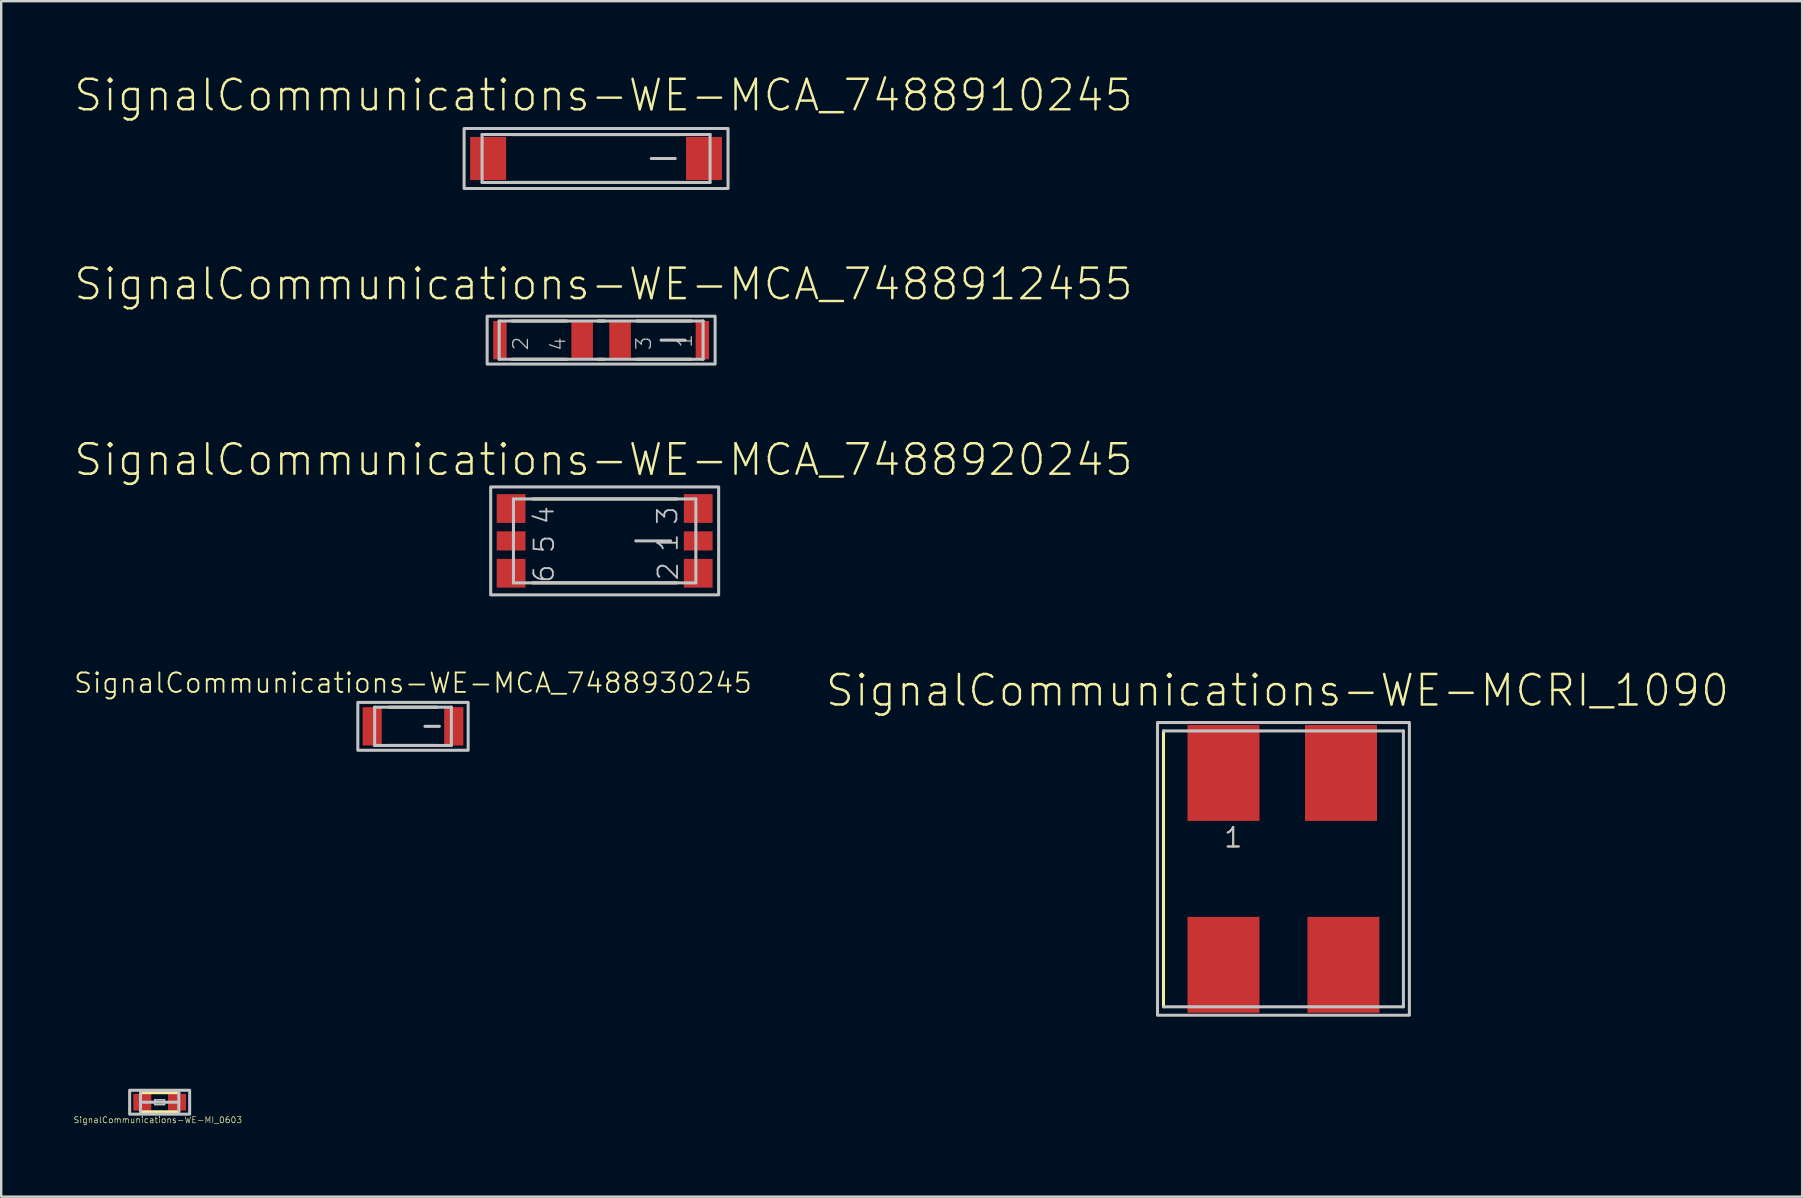
<source format=kicad_pcb>
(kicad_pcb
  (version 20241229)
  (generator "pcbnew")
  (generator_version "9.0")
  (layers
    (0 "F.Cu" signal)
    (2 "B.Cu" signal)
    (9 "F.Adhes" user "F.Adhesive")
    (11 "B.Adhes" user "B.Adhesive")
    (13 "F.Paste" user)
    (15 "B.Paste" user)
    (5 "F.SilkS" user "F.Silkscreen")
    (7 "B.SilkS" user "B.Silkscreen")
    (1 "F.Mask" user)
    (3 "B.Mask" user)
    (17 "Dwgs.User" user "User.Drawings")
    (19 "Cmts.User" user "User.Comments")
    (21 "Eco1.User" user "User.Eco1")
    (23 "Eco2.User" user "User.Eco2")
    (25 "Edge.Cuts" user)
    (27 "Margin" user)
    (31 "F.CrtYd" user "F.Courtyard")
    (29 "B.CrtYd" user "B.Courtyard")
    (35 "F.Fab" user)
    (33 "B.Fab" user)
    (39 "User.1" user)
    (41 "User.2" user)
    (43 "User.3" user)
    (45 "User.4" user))
  (footprint "SignalCommunications-WE-MI_0603"
    (layer "F.Cu")
    (at 3.603 42.881)
    (property "Reference" "SignalCommunications-WE-MI_0603" (at -0.076 0.742 0) (layer "F.SilkS") (effects (font (size 0.254 0.254) (thickness 0.025))))
    (attr smd)
    (fp_line (start -0.798 -0.399) (end 0.798 -0.399) (stroke (width 0.127) (type solid)) (layer "F.SilkS"))
    (fp_line (start 0.798 0.399) (end -0.798 0.399) (stroke (width 0.127) (type solid)) (layer "F.SilkS"))
    (fp_line (start -0.798 0) (end 0.798 0) (stroke (width 0.127) (type solid)) (layer "Dwgs.User"))
    (fp_line (start -0.798 0.399) (end -0.798 -0.399) (stroke (width 0.127) (type solid)) (layer "Dwgs.User"))
    (fp_line (start -0.198 -0.099) (end 0.198 -0.099) (stroke (width 0.066) (type solid)) (layer "Dwgs.User"))
    (fp_line (start -0.198 0.099) (end -0.198 -0.099) (stroke (width 0.066) (type solid)) (layer "Dwgs.User"))
    (fp_line (start -0.198 0.099) (end 0.198 0.099) (stroke (width 0.066) (type solid)) (layer "Dwgs.User"))
    (fp_line (start 0.198 0.099) (end 0.198 -0.099) (stroke (width 0.066) (type solid)) (layer "Dwgs.User"))
    (fp_line (start 0.798 -0.399) (end 0.798 0.399) (stroke (width 0.127) (type solid)) (layer "Dwgs.User"))
    (fp_poly (pts (xy -1.25 -0.498) (xy 1.25 -0.498) (xy 1.25 0.498) (xy -1.25 0.498) (xy -1.25 -0.498)) (stroke (width 0.127) (type solid)) (fill no) (layer "Dwgs.User"))
    (pad "1" smd rect (at -0.724 0) (size 0.749 0.699) (layers "F.Cu" "F.Mask" "F.Paste"))
    (pad "2" smd rect (at 0.724 0) (size 0.749 0.699) (layers "F.Cu" "F.Mask" "F.Paste")))
  (footprint "SignalCommunications-WE-MCA_7488912455"
    (layer "F.Cu")
    (at 22 11.124)
    (property "Reference" "SignalCommunications-WE-MCA_7488912455" (at 0.099 -2.334 0) (layer "F.SilkS") (effects (font (size 1.27 1.27) (thickness 0.102))))
    (attr smd)
    (fp_line (start -1.438 -0.798) (end -3.708 -0.798) (stroke (width 0.127) (type solid)) (layer "F.SilkS"))
    (fp_line (start -1.438 0.798) (end -3.708 0.798) (stroke (width 0.127) (type solid)) (layer "F.SilkS"))
    (fp_line (start 0.13 0.798) (end -0.14 0.798) (stroke (width 0.127) (type solid)) (layer "F.SilkS"))
    (fp_line (start 0.14 -0.798) (end -0.13 -0.798) (stroke (width 0.127) (type solid)) (layer "F.SilkS"))
    (fp_line (start 3.749 0.798) (end 1.478 0.798) (stroke (width 0.127) (type solid)) (layer "F.SilkS"))
    (fp_line (start 3.759 -0.798) (end 1.488 -0.798) (stroke (width 0.127) (type solid)) (layer "F.SilkS"))
    (fp_line (start -4.249 -0.798) (end -4.249 0.798) (stroke (width 0.127) (type solid)) (layer "Dwgs.User"))
    (fp_line (start -4.249 -0.798) (end 4.249 -0.798) (stroke (width 0.127) (type solid)) (layer "Dwgs.User"))
    (fp_line (start 2.499 0) (end 3.498 0) (stroke (width 0.127) (type solid)) (layer "Dwgs.User"))
    (fp_line (start 4.249 -0.798) (end 4.249 0.798) (stroke (width 0.127) (type solid)) (layer "Dwgs.User"))
    (fp_line (start 4.249 0.798) (end -4.249 0.798) (stroke (width 0.127) (type solid)) (layer "Dwgs.User"))
    (fp_poly (pts (xy 4.75 -0.998) (xy 4.75 0.998) (xy -4.75 0.998) (xy -4.75 -0.998) (xy 4.75 -0.998)) (stroke (width 0.127) (type solid)) (fill no) (layer "Dwgs.User"))
    (fp_text user "1" (at 3.475 0.033 270) (layer "Dwgs.User") (effects (font (size 0.61 0.61) (thickness 0.051))))
    (fp_text user "4" (at -1.793 0.163 270) (layer "Dwgs.User") (effects (font (size 0.61 0.61) (thickness 0.051))))
    (fp_text user "2" (at -3.353 0.145 270) (layer "Dwgs.User") (effects (font (size 0.61 0.61) (thickness 0.051))))
    (fp_text user "3" (at 1.773 0.135 270) (layer "Dwgs.User") (effects (font (size 0.61 0.61) (thickness 0.051))))
    (pad "1" smd rect (at 4.219 0 270) (size 1.598 0.559) (layers "F.Cu" "F.Mask" "F.Paste"))
    (pad "2" smd rect (at -4.219 0 270) (size 1.598 0.559) (layers "F.Cu" "F.Mask" "F.Paste"))
    (pad "3" smd rect (at 0.79 0 270) (size 1.598 0.899) (layers "F.Cu" "F.Mask" "F.Paste"))
    (pad "4" smd rect (at -0.79 0 270) (size 1.598 0.899) (layers "F.Cu" "F.Mask" "F.Paste")))
  (footprint "SignalCommunications-WE-MCA_7488930245"
    (layer "F.Cu")
    (at 14.16 27.217)
    (property "Reference" "SignalCommunications-WE-MCA_7488930245" (at 0 -1.806 0) (layer "F.SilkS") (effects (font (size 0.813 0.813) (thickness 0.076))))
    (attr smd)
    (fp_line (start 0.998 -0.798) (end -0.998 -0.798) (stroke (width 0.127) (type solid)) (layer "F.SilkS"))
    (fp_line (start 0.998 0.798) (end -0.998 0.798) (stroke (width 0.127) (type solid)) (layer "F.SilkS"))
    (fp_line (start -1.598 -0.798) (end -1.598 0.798) (stroke (width 0.127) (type solid)) (layer "Dwgs.User"))
    (fp_line (start 1.1 0) (end 0.498 0) (stroke (width 0.127) (type solid)) (layer "Dwgs.User"))
    (fp_line (start 1.598 -0.798) (end -1.598 -0.798) (stroke (width 0.127) (type solid)) (layer "Dwgs.User"))
    (fp_line (start 1.598 -0.798) (end 1.598 0.798) (stroke (width 0.127) (type solid)) (layer "Dwgs.User"))
    (fp_line (start 1.598 0.798) (end -1.598 0.798) (stroke (width 0.127) (type solid)) (layer "Dwgs.User"))
    (fp_poly (pts (xy 2.299 -0.998) (xy 2.299 0.998) (xy -2.299 0.998) (xy -2.299 -0.998) (xy 2.299 -0.998)) (stroke (width 0.127) (type solid)) (fill no) (layer "Dwgs.User"))
    (pad "1" smd rect (at 1.699 0) (size 0.798 1.598) (layers "F.Cu" "F.Mask" "F.Paste"))
    (pad "2" smd rect (at -1.699 0) (size 0.798 1.598) (layers "F.Cu" "F.Mask" "F.Paste")))
  (footprint "SignalCommunications-WE-MCRI_1090"
    (layer "F.Cu")
    (at 50.433 33.157)
    (property "Reference" "SignalCommunications-WE-MCRI_1090" (at -0.249 -7.435 0) (layer "F.SilkS") (effects (font (size 1.27 1.27) (thickness 0.102))))
    (attr smd)
    (fp_line (start -4.999 5.748) (end -4.999 -5.748) (stroke (width 0.127) (type solid)) (layer "F.SilkS"))
    (fp_line (start -4.999 -5.748) (end 4.999 -5.748) (stroke (width 0.127) (type solid)) (layer "Dwgs.User"))
    (fp_line (start 4.999 -5.748) (end 4.999 5.748) (stroke (width 0.127) (type solid)) (layer "Dwgs.User"))
    (fp_line (start 4.999 5.748) (end -4.999 5.748) (stroke (width 0.127) (type solid)) (layer "Dwgs.User"))
    (fp_poly (pts (xy -5.248 -6.099) (xy 5.248 -6.099) (xy 5.248 6.099) (xy -5.248 6.099) (xy -5.248 -6.099)) (stroke (width 0.127) (type solid)) (fill no) (layer "Dwgs.User"))
    (fp_text user "1" (at -2.093 -1.306 0) (layer "F.SilkS") (effects (font (size 0.813 0.813) (thickness 0.076))))
    (fp_text user "1" (at -2.093 -1.306 0) (layer "Dwgs.User") (effects (font (size 0.813 0.813) (thickness 0.076))))
    (pad "1" smd rect (at -2.499 -3.998) (size 3 3.998) (layers "F.Cu" "F.Mask" "F.Paste"))
    (pad "2" smd rect (at -2.499 3.998) (size 3 3.998) (layers "F.Cu" "F.Mask" "F.Paste"))
    (pad "3" smd rect (at 2.499 3.998) (size 3 3.998) (layers "F.Cu" "F.Mask" "F.Paste"))
    (pad "4" smd rect (at 2.398 -3.998) (size 3 3.998) (layers "F.Cu" "F.Mask" "F.Paste")))
  (footprint "SignalCommunications-WE-MCA_7488910245"
    (layer "F.Cu")
    (at 21.789 3.555)
    (property "Reference" "SignalCommunications-WE-MCA_7488910245" (at 0.31 -2.634 0) (layer "F.SilkS") (effects (font (size 1.27 1.27) (thickness 0.102))))
    (attr smd)
    (fp_line (start -3.48 -0.998) (end 3.48 -0.998) (stroke (width 0.127) (type solid)) (layer "F.SilkS"))
    (fp_line (start 3.48 0.998) (end -3.48 0.998) (stroke (width 0.127) (type solid)) (layer "F.SilkS"))
    (fp_line (start -4.75 -0.998) (end -4.75 0.998) (stroke (width 0.127) (type solid)) (layer "Dwgs.User"))
    (fp_line (start -4.75 -0.998) (end 4.75 -0.998) (stroke (width 0.127) (type solid)) (layer "Dwgs.User"))
    (fp_line (start 3.299 0) (end 2.299 0) (stroke (width 0.127) (type solid)) (layer "Dwgs.User"))
    (fp_line (start 4.75 -0.998) (end 4.75 0.998) (stroke (width 0.127) (type solid)) (layer "Dwgs.User"))
    (fp_line (start 4.75 0.998) (end -4.75 0.998) (stroke (width 0.127) (type solid)) (layer "Dwgs.User"))
    (fp_poly (pts (xy 5.499 -1.25) (xy 5.499 1.25) (xy -5.499 1.25) (xy -5.499 -1.25) (xy 5.499 -1.25)) (stroke (width 0.127) (type solid)) (fill no) (layer "Dwgs.User"))
    (pad "1" smd rect (at 4.498 0) (size 1.499 1.798) (layers "F.Cu" "F.Mask" "F.Paste"))
    (pad "2" smd rect (at -4.498 0) (size 1.499 1.798) (layers "F.Cu" "F.Mask" "F.Paste")))
  (footprint "SignalCommunications-WE-MCA_7488920245"
    (layer "F.Cu")
    (at 22.147 19.49)
    (property "Reference" "SignalCommunications-WE-MCA_7488920245" (at -0.048 -3.383 0) (layer "F.SilkS") (effects (font (size 1.27 1.27) (thickness 0.102))))
    (attr smd)
    (fp_line (start 3 -1.748) (end -3 -1.748) (stroke (width 0.127) (type solid)) (layer "F.SilkS"))
    (fp_line (start 3 1.748) (end -3 1.748) (stroke (width 0.127) (type solid)) (layer "F.SilkS"))
    (fp_line (start -3.8 -1.748) (end -3.8 1.748) (stroke (width 0.127) (type solid)) (layer "Dwgs.User"))
    (fp_line (start 2.748 0) (end 1.298 0) (stroke (width 0.127) (type solid)) (layer "Dwgs.User"))
    (fp_line (start 3.8 -1.748) (end -3.8 -1.748) (stroke (width 0.127) (type solid)) (layer "Dwgs.User"))
    (fp_line (start 3.8 -1.748) (end 3.8 1.748) (stroke (width 0.127) (type solid)) (layer "Dwgs.User"))
    (fp_line (start 3.8 1.748) (end -3.8 1.748) (stroke (width 0.127) (type solid)) (layer "Dwgs.User"))
    (fp_poly (pts (xy 4.75 -2.248) (xy 4.75 2.248) (xy -4.75 2.248) (xy -4.75 -2.248) (xy 4.75 -2.248)) (stroke (width 0.127) (type solid)) (fill no) (layer "Dwgs.User"))
    (fp_text user "6" (at -2.532 1.364 270) (layer "Dwgs.User") (effects (font (size 0.813 0.813) (thickness 0.076))))
    (fp_text user "3" (at 2.616 -1.052 270) (layer "Dwgs.User") (effects (font (size 0.813 0.813) (thickness 0.076))))
    (fp_text user "1" (at 2.634 0.076 270) (layer "Dwgs.User") (effects (font (size 0.813 0.813) (thickness 0.076))))
    (fp_text user "2" (at 2.644 1.265 270) (layer "Dwgs.User") (effects (font (size 0.813 0.813) (thickness 0.076))))
    (fp_text user "4" (at -2.532 -1.072 270) (layer "Dwgs.User") (effects (font (size 0.813 0.813) (thickness 0.076))))
    (fp_text user "5" (at -2.522 0.135 270) (layer "Dwgs.User") (effects (font (size 0.813 0.813) (thickness 0.076))))
    (pad "1" smd rect (at 3.899 0) (size 1.199 0.798) (layers "F.Cu" "F.Mask" "F.Paste"))
    (pad "2" smd rect (at 3.899 1.349 270) (size 1.199 1.199) (layers "F.Cu" "F.Mask" "F.Paste"))
    (pad "3" smd rect (at 3.899 -1.349 270) (size 1.199 1.199) (layers "F.Cu" "F.Mask" "F.Paste"))
    (pad "4" smd rect (at -3.899 -1.349 270) (size 1.199 1.199) (layers "F.Cu" "F.Mask" "F.Paste"))
    (pad "5" smd rect (at -3.899 0) (size 1.199 0.798) (layers "F.Cu" "F.Mask" "F.Paste"))
    (pad "6" smd rect (at -3.899 1.349 270) (size 1.199 1.199) (layers "F.Cu" "F.Mask" "F.Paste")))
  (gr_rect
    (start -3 -3)
    (end 72.048 46.816)
    (stroke (width 0.1) (type default))
    (fill no)
    (layer "Edge.Cuts")))
</source>
